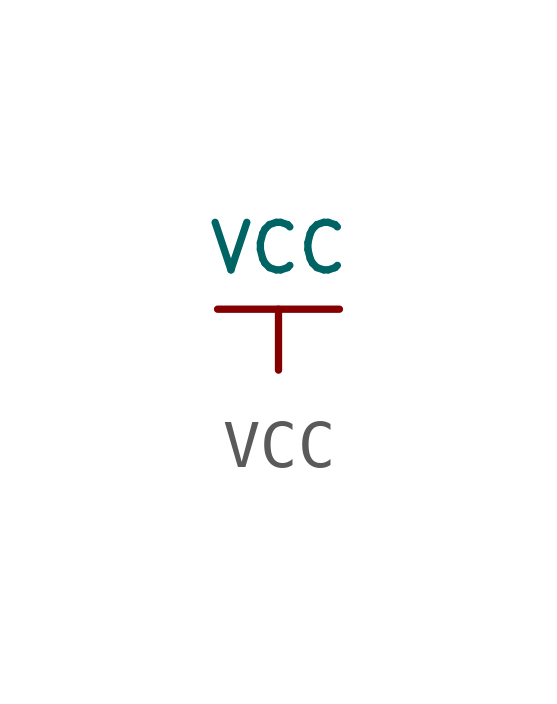
<source format=kicad_sym>
(kicad_symbol_lib
  (version 20220914)
  (generator kicad_symbol_editor)
  (symbol "VCC"
    (power)
    (pin_numbers hide)
    (pin_names
      (offset 0) hide)
    (property "Reference" "#PWR"
      (at 0 -2.54 0)
      (effects (font (size 1.524 1.524)) hide))
    (property "Value" "VCC"
      (at 0 1.27 0)
      (effects (font (size 0.991 0.991))))
    (property "Footprint" ""
      (at 0 0 0)
      (effects (font (size 1.524 1.524))))
    (property "Datasheet" ""
      (at 0 0 0)
      (effects (font (size 1.524 1.524))))
    (symbol "VCC_0_1"
      (polyline (pts (xy -1.27 0) (xy 1.27 0)) (stroke (width 0) (type default)) (fill (type none))))
    (symbol "VCC_1_1"
      (pin power_in line (at 0 -1.27 90) (length 1.27) (name "VCC" (effects (font (size 1.27 1.27)))) (number "1" (effects (font (size 1.27 1.27))))))))
</source>
